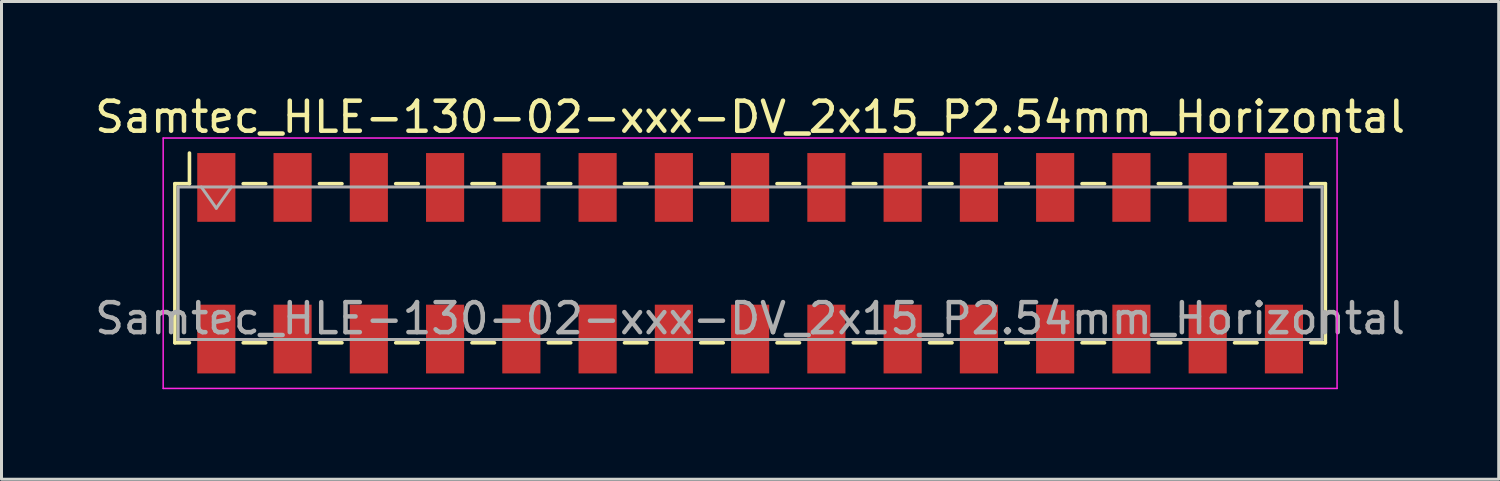
<source format=kicad_pcb>
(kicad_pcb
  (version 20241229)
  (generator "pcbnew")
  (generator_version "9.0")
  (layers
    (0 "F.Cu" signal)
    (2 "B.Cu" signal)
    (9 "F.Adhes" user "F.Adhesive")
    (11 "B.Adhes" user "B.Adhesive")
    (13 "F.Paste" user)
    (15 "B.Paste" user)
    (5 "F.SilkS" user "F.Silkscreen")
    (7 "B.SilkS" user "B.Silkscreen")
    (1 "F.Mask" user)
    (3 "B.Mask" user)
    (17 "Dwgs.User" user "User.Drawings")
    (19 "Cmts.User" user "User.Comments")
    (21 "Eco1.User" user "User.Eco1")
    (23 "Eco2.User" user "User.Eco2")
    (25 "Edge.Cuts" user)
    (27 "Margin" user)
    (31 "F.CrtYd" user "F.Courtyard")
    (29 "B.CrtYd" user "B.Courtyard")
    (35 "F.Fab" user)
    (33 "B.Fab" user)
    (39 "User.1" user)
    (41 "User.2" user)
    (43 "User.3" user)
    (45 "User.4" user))
  (footprint "Samtec_HLE-130-02-xxx-DV_2x15_P2.54mm_Horizontal"
    (layer "F.Cu")
    (at 21.935 5.718)
    (property "Reference" "Samtec_HLE-130-02-xxx-DV_2x15_P2.54mm_Horizontal" (at 0 -4.87 0) (layer "F.SilkS") (effects (font (size 1 1) (thickness 0.15))))
    (attr smd)
    (fp_line (start -19.16 -2.65) (end -19.16 2.65) (stroke (width 0.12) (type solid)) (layer "F.SilkS"))
    (fp_line (start -19.16 2.65) (end -18.675 2.65) (stroke (width 0.12) (type solid)) (layer "F.SilkS"))
    (fp_line (start -18.675 -3.67) (end -18.675 -2.65) (stroke (width 0.12) (type solid)) (layer "F.SilkS"))
    (fp_line (start -18.675 -2.65) (end -19.16 -2.65) (stroke (width 0.12) (type solid)) (layer "F.SilkS"))
    (fp_line (start -16.885 -2.65) (end -16.135 -2.65) (stroke (width 0.12) (type solid)) (layer "F.SilkS"))
    (fp_line (start -16.885 2.65) (end -16.135 2.65) (stroke (width 0.12) (type solid)) (layer "F.SilkS"))
    (fp_line (start -14.345 -2.65) (end -13.595 -2.65) (stroke (width 0.12) (type solid)) (layer "F.SilkS"))
    (fp_line (start -14.345 2.65) (end -13.595 2.65) (stroke (width 0.12) (type solid)) (layer "F.SilkS"))
    (fp_line (start -11.805 -2.65) (end -11.055 -2.65) (stroke (width 0.12) (type solid)) (layer "F.SilkS"))
    (fp_line (start -11.805 2.65) (end -11.055 2.65) (stroke (width 0.12) (type solid)) (layer "F.SilkS"))
    (fp_line (start -9.265 -2.65) (end -8.515 -2.65) (stroke (width 0.12) (type solid)) (layer "F.SilkS"))
    (fp_line (start -9.265 2.65) (end -8.515 2.65) (stroke (width 0.12) (type solid)) (layer "F.SilkS"))
    (fp_line (start -6.725 -2.65) (end -5.975 -2.65) (stroke (width 0.12) (type solid)) (layer "F.SilkS"))
    (fp_line (start -6.725 2.65) (end -5.975 2.65) (stroke (width 0.12) (type solid)) (layer "F.SilkS"))
    (fp_line (start -4.185 -2.65) (end -3.435 -2.65) (stroke (width 0.12) (type solid)) (layer "F.SilkS"))
    (fp_line (start -4.185 2.65) (end -3.435 2.65) (stroke (width 0.12) (type solid)) (layer "F.SilkS"))
    (fp_line (start -1.645 -2.65) (end -0.895 -2.65) (stroke (width 0.12) (type solid)) (layer "F.SilkS"))
    (fp_line (start -1.645 2.65) (end -0.895 2.65) (stroke (width 0.12) (type solid)) (layer "F.SilkS"))
    (fp_line (start 0.895 -2.65) (end 1.645 -2.65) (stroke (width 0.12) (type solid)) (layer "F.SilkS"))
    (fp_line (start 0.895 2.65) (end 1.645 2.65) (stroke (width 0.12) (type solid)) (layer "F.SilkS"))
    (fp_line (start 3.435 -2.65) (end 4.185 -2.65) (stroke (width 0.12) (type solid)) (layer "F.SilkS"))
    (fp_line (start 3.435 2.65) (end 4.185 2.65) (stroke (width 0.12) (type solid)) (layer "F.SilkS"))
    (fp_line (start 5.975 -2.65) (end 6.725 -2.65) (stroke (width 0.12) (type solid)) (layer "F.SilkS"))
    (fp_line (start 5.975 2.65) (end 6.725 2.65) (stroke (width 0.12) (type solid)) (layer "F.SilkS"))
    (fp_line (start 8.515 -2.65) (end 9.265 -2.65) (stroke (width 0.12) (type solid)) (layer "F.SilkS"))
    (fp_line (start 8.515 2.65) (end 9.265 2.65) (stroke (width 0.12) (type solid)) (layer "F.SilkS"))
    (fp_line (start 11.055 -2.65) (end 11.805 -2.65) (stroke (width 0.12) (type solid)) (layer "F.SilkS"))
    (fp_line (start 11.055 2.65) (end 11.805 2.65) (stroke (width 0.12) (type solid)) (layer "F.SilkS"))
    (fp_line (start 13.595 -2.65) (end 14.345 -2.65) (stroke (width 0.12) (type solid)) (layer "F.SilkS"))
    (fp_line (start 13.595 2.65) (end 14.345 2.65) (stroke (width 0.12) (type solid)) (layer "F.SilkS"))
    (fp_line (start 16.135 -2.65) (end 16.885 -2.65) (stroke (width 0.12) (type solid)) (layer "F.SilkS"))
    (fp_line (start 16.135 2.65) (end 16.885 2.65) (stroke (width 0.12) (type solid)) (layer "F.SilkS"))
    (fp_line (start 18.675 -2.65) (end 19.16 -2.65) (stroke (width 0.12) (type solid)) (layer "F.SilkS"))
    (fp_line (start 19.16 -2.65) (end 19.16 2.65) (stroke (width 0.12) (type solid)) (layer "F.SilkS"))
    (fp_line (start 19.16 2.65) (end 18.675 2.65) (stroke (width 0.12) (type solid)) (layer "F.SilkS"))
    (fp_line (start -19.55 -4.17) (end 19.55 -4.17) (stroke (width 0.05) (type solid)) (layer "F.CrtYd"))
    (fp_line (start -19.55 4.17) (end -19.55 -4.17) (stroke (width 0.05) (type solid)) (layer "F.CrtYd"))
    (fp_line (start 19.55 -4.17) (end 19.55 4.17) (stroke (width 0.05) (type solid)) (layer "F.CrtYd"))
    (fp_line (start 19.55 4.17) (end -19.55 4.17) (stroke (width 0.05) (type solid)) (layer "F.CrtYd"))
    (fp_line (start -19.05 -2.54) (end 19.05 -2.54) (stroke (width 0.1) (type solid)) (layer "F.Fab"))
    (fp_line (start -19.05 2.54) (end -19.05 -2.54) (stroke (width 0.1) (type solid)) (layer "F.Fab"))
    (fp_line (start -18.28 -2.54) (end -17.78 -1.833) (stroke (width 0.1) (type solid)) (layer "F.Fab"))
    (fp_line (start -17.78 -1.833) (end -17.28 -2.54) (stroke (width 0.1) (type solid)) (layer "F.Fab"))
    (fp_line (start 19.05 -2.54) (end 19.05 2.54) (stroke (width 0.1) (type solid)) (layer "F.Fab"))
    (fp_line (start 19.05 2.54) (end -19.05 2.54) (stroke (width 0.1) (type solid)) (layer "F.Fab"))
    (fp_text user "${REFERENCE}" (at 0 1.84 0) (layer "F.Fab") (effects (font (size 1 1) (thickness 0.15))))
    (pad "1" smd rect (at -17.78 -2.525) (size 1.27 2.29) (layers "F.Cu" "F.Mask" "F.Paste"))
    (pad "2" smd rect (at -17.78 2.525) (size 1.27 2.29) (layers "F.Cu" "F.Mask" "F.Paste"))
    (pad "3" smd rect (at -15.24 -2.525) (size 1.27 2.29) (layers "F.Cu" "F.Mask" "F.Paste"))
    (pad "4" smd rect (at -15.24 2.525) (size 1.27 2.29) (layers "F.Cu" "F.Mask" "F.Paste"))
    (pad "5" smd rect (at -12.7 -2.525) (size 1.27 2.29) (layers "F.Cu" "F.Mask" "F.Paste"))
    (pad "6" smd rect (at -12.7 2.525) (size 1.27 2.29) (layers "F.Cu" "F.Mask" "F.Paste"))
    (pad "7" smd rect (at -10.16 -2.525) (size 1.27 2.29) (layers "F.Cu" "F.Mask" "F.Paste"))
    (pad "8" smd rect (at -10.16 2.525) (size 1.27 2.29) (layers "F.Cu" "F.Mask" "F.Paste"))
    (pad "9" smd rect (at -7.62 -2.525) (size 1.27 2.29) (layers "F.Cu" "F.Mask" "F.Paste"))
    (pad "10" smd rect (at -7.62 2.525) (size 1.27 2.29) (layers "F.Cu" "F.Mask" "F.Paste"))
    (pad "11" smd rect (at -5.08 -2.525) (size 1.27 2.29) (layers "F.Cu" "F.Mask" "F.Paste"))
    (pad "12" smd rect (at -5.08 2.525) (size 1.27 2.29) (layers "F.Cu" "F.Mask" "F.Paste"))
    (pad "13" smd rect (at -2.54 -2.525) (size 1.27 2.29) (layers "F.Cu" "F.Mask" "F.Paste"))
    (pad "14" smd rect (at -2.54 2.525) (size 1.27 2.29) (layers "F.Cu" "F.Mask" "F.Paste"))
    (pad "15" smd rect (at 0 -2.525) (size 1.27 2.29) (layers "F.Cu" "F.Mask" "F.Paste"))
    (pad "16" smd rect (at 0 2.525) (size 1.27 2.29) (layers "F.Cu" "F.Mask" "F.Paste"))
    (pad "17" smd rect (at 2.54 -2.525) (size 1.27 2.29) (layers "F.Cu" "F.Mask" "F.Paste"))
    (pad "18" smd rect (at 2.54 2.525) (size 1.27 2.29) (layers "F.Cu" "F.Mask" "F.Paste"))
    (pad "19" smd rect (at 5.08 -2.525) (size 1.27 2.29) (layers "F.Cu" "F.Mask" "F.Paste"))
    (pad "20" smd rect (at 5.08 2.525) (size 1.27 2.29) (layers "F.Cu" "F.Mask" "F.Paste"))
    (pad "21" smd rect (at 7.62 -2.525) (size 1.27 2.29) (layers "F.Cu" "F.Mask" "F.Paste"))
    (pad "22" smd rect (at 7.62 2.525) (size 1.27 2.29) (layers "F.Cu" "F.Mask" "F.Paste"))
    (pad "23" smd rect (at 10.16 -2.525) (size 1.27 2.29) (layers "F.Cu" "F.Mask" "F.Paste"))
    (pad "24" smd rect (at 10.16 2.525) (size 1.27 2.29) (layers "F.Cu" "F.Mask" "F.Paste"))
    (pad "25" smd rect (at 12.7 -2.525) (size 1.27 2.29) (layers "F.Cu" "F.Mask" "F.Paste"))
    (pad "26" smd rect (at 12.7 2.525) (size 1.27 2.29) (layers "F.Cu" "F.Mask" "F.Paste"))
    (pad "27" smd rect (at 15.24 -2.525) (size 1.27 2.29) (layers "F.Cu" "F.Mask" "F.Paste"))
    (pad "28" smd rect (at 15.24 2.525) (size 1.27 2.29) (layers "F.Cu" "F.Mask" "F.Paste"))
    (pad "29" smd rect (at 17.78 -2.525) (size 1.27 2.29) (layers "F.Cu" "F.Mask" "F.Paste"))
    (pad "30" smd rect (at 17.78 2.525) (size 1.27 2.29) (layers "F.Cu" "F.Mask" "F.Paste")))
  (gr_rect
    (start -3 -3)
    (end 46.869 12.913)
    (stroke (width 0.1) (type default))
    (fill no)
    (layer "Edge.Cuts")))
</source>
